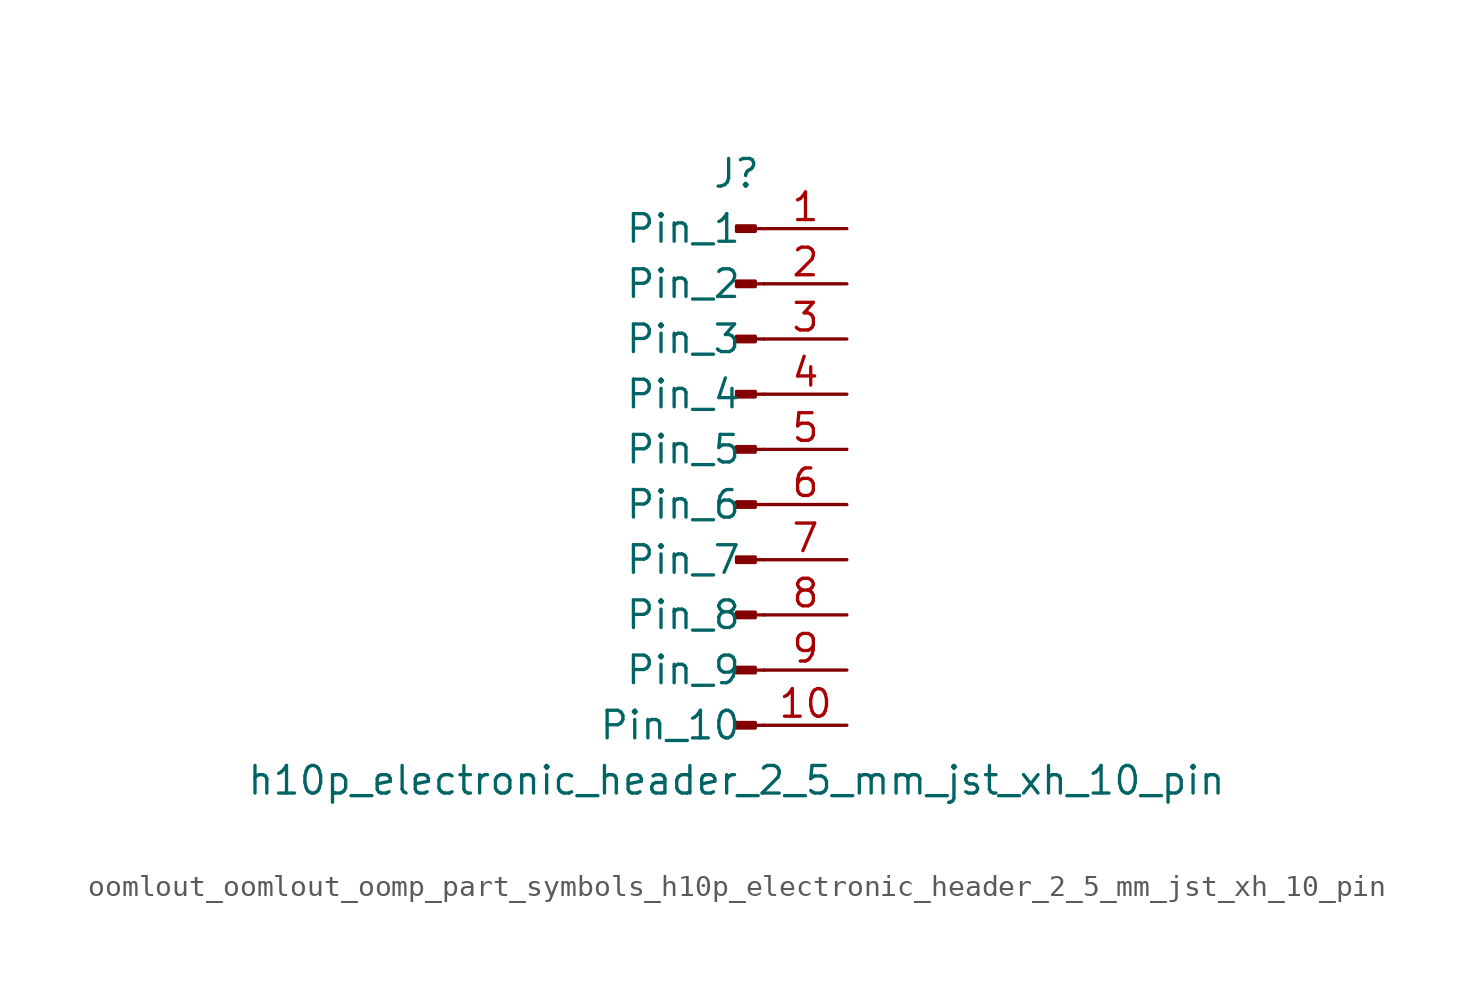
<source format=kicad_sym>
(kicad_symbol_lib
  (version 20220914)
  (generator kicad_symbol_editor)
  (symbol "oomlout_oomlout_oomp_part_symbols_h10p_electronic_header_2_5_mm_jst_xh_10_pin"
    (pin_names
      (offset 1.016))
    (property "Reference" "J"
      (at 0 12.7 0)
      (effects (font (size 1.27 1.27))))
    (property "Value" "h10p_electronic_header_2_5_mm_jst_xh_10_pin"
      (at 0 -15.24 0)
      (effects (font (size 1.27 1.27))))
    (property "ki_locked" ""
      (at 0 0 0)
      (effects (font (size 1.27 1.27))))
    (symbol "oomlout_oomlout_oomp_part_symbols_h10p_electronic_header_2_5_mm_jst_xh_10_pin_1_1"
      (polyline (pts (xy 1.27 -12.7) (xy 0.864 -12.7)) (stroke (width 0.152) (type default)) (fill (type none)))
      (polyline (pts (xy 1.27 -10.16) (xy 0.864 -10.16)) (stroke (width 0.152) (type default)) (fill (type none)))
      (polyline (pts (xy 1.27 -7.62) (xy 0.864 -7.62)) (stroke (width 0.152) (type default)) (fill (type none)))
      (polyline (pts (xy 1.27 -5.08) (xy 0.864 -5.08)) (stroke (width 0.152) (type default)) (fill (type none)))
      (polyline (pts (xy 1.27 -2.54) (xy 0.864 -2.54)) (stroke (width 0.152) (type default)) (fill (type none)))
      (polyline (pts (xy 1.27 0) (xy 0.864 0)) (stroke (width 0.152) (type default)) (fill (type none)))
      (polyline (pts (xy 1.27 2.54) (xy 0.864 2.54)) (stroke (width 0.152) (type default)) (fill (type none)))
      (polyline (pts (xy 1.27 5.08) (xy 0.864 5.08)) (stroke (width 0.152) (type default)) (fill (type none)))
      (polyline (pts (xy 1.27 7.62) (xy 0.864 7.62)) (stroke (width 0.152) (type default)) (fill (type none)))
      (polyline (pts (xy 1.27 10.16) (xy 0.864 10.16)) (stroke (width 0.152) (type default)) (fill (type none)))
      (rectangle (start 0.864 -12.573) (end 0 -12.827) (stroke (width 0.152) (type default)) (fill (type outline)))
      (rectangle (start 0.864 -10.033) (end 0 -10.287) (stroke (width 0.152) (type default)) (fill (type outline)))
      (rectangle (start 0.864 -7.493) (end 0 -7.747) (stroke (width 0.152) (type default)) (fill (type outline)))
      (rectangle (start 0.864 -4.953) (end 0 -5.207) (stroke (width 0.152) (type default)) (fill (type outline)))
      (rectangle (start 0.864 -2.413) (end 0 -2.667) (stroke (width 0.152) (type default)) (fill (type outline)))
      (rectangle (start 0.864 0.127) (end 0 -0.127) (stroke (width 0.152) (type default)) (fill (type outline)))
      (rectangle (start 0.864 2.667) (end 0 2.413) (stroke (width 0.152) (type default)) (fill (type outline)))
      (rectangle (start 0.864 5.207) (end 0 4.953) (stroke (width 0.152) (type default)) (fill (type outline)))
      (rectangle (start 0.864 7.747) (end 0 7.493) (stroke (width 0.152) (type default)) (fill (type outline)))
      (rectangle (start 0.864 10.287) (end 0 10.033) (stroke (width 0.152) (type default)) (fill (type outline)))
      (pin passive line (at 5.08 10.16 180) (length 3.81) (name "Pin_1" (effects (font (size 1.27 1.27)))) (number "1" (effects (font (size 1.27 1.27)))))
      (pin passive line (at 5.08 -12.7 180) (length 3.81) (name "Pin_10" (effects (font (size 1.27 1.27)))) (number "10" (effects (font (size 1.27 1.27)))))
      (pin passive line (at 5.08 7.62 180) (length 3.81) (name "Pin_2" (effects (font (size 1.27 1.27)))) (number "2" (effects (font (size 1.27 1.27)))))
      (pin passive line (at 5.08 5.08 180) (length 3.81) (name "Pin_3" (effects (font (size 1.27 1.27)))) (number "3" (effects (font (size 1.27 1.27)))))
      (pin passive line (at 5.08 2.54 180) (length 3.81) (name "Pin_4" (effects (font (size 1.27 1.27)))) (number "4" (effects (font (size 1.27 1.27)))))
      (pin passive line (at 5.08 0 180) (length 3.81) (name "Pin_5" (effects (font (size 1.27 1.27)))) (number "5" (effects (font (size 1.27 1.27)))))
      (pin passive line (at 5.08 -2.54 180) (length 3.81) (name "Pin_6" (effects (font (size 1.27 1.27)))) (number "6" (effects (font (size 1.27 1.27)))))
      (pin passive line (at 5.08 -5.08 180) (length 3.81) (name "Pin_7" (effects (font (size 1.27 1.27)))) (number "7" (effects (font (size 1.27 1.27)))))
      (pin passive line (at 5.08 -7.62 180) (length 3.81) (name "Pin_8" (effects (font (size 1.27 1.27)))) (number "8" (effects (font (size 1.27 1.27)))))
      (pin passive line (at 5.08 -10.16 180) (length 3.81) (name "Pin_9" (effects (font (size 1.27 1.27)))) (number "9" (effects (font (size 1.27 1.27))))))))
</source>
